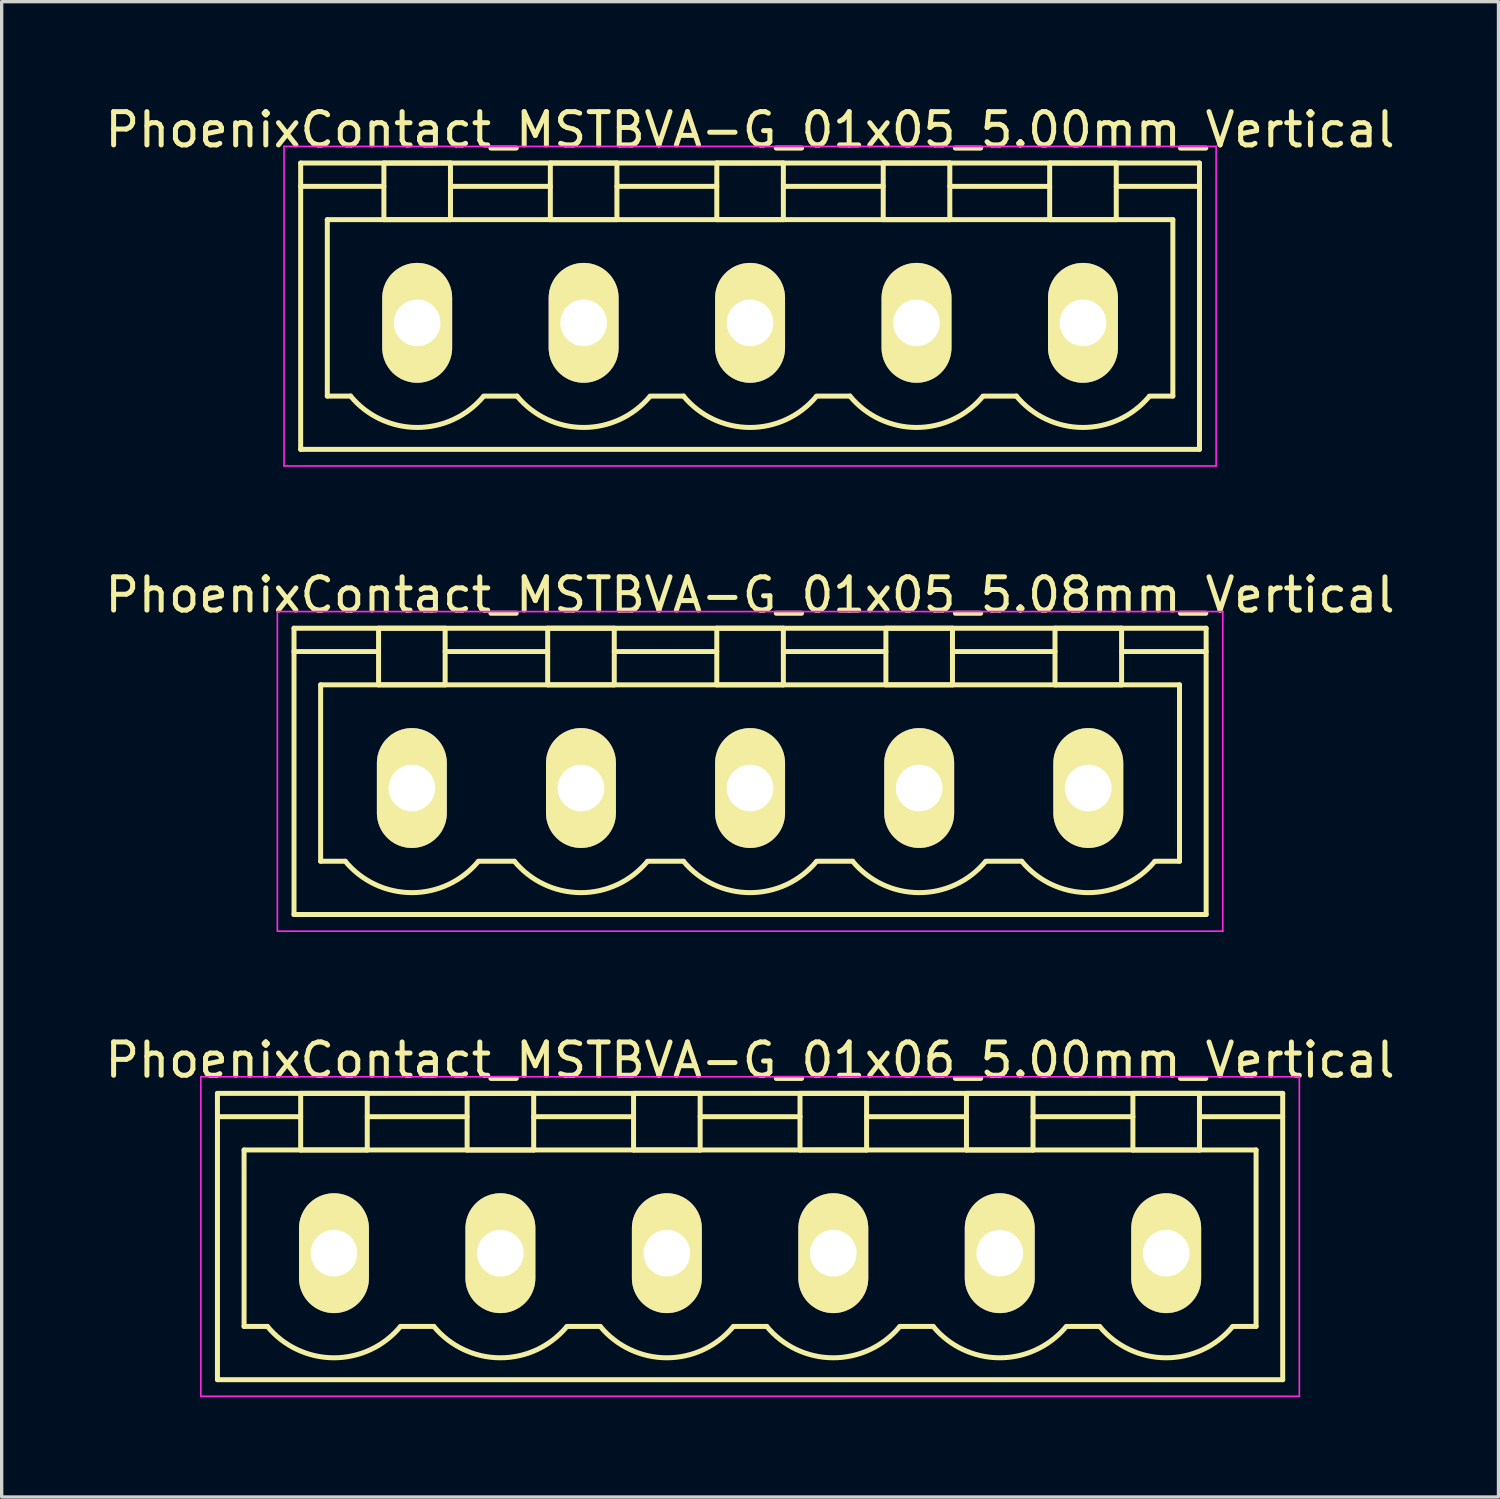
<source format=kicad_pcb>
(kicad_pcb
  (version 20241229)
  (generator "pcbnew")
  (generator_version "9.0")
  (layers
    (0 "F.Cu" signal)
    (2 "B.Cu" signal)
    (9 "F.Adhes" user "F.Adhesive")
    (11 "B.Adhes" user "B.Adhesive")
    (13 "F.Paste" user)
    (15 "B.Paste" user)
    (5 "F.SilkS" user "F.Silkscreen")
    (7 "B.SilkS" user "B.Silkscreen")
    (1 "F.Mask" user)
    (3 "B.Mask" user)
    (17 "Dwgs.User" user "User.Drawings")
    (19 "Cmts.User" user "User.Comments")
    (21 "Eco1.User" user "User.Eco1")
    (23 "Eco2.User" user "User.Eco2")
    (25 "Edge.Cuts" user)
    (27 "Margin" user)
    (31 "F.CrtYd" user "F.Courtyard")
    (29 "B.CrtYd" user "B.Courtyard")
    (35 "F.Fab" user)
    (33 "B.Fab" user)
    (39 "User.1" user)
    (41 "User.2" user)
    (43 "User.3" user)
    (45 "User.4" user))
  (footprint "PhoenixContact_MSTBVA-G_01x05_5.00mm_Vertical"
    (layer "F.Cu")
    (at 9.482 6.648)
    (property "Reference" "PhoenixContact_MSTBVA-G_01x05_5.00mm_Vertical" (at 10 -5.8 0) (layer "F.SilkS") (effects (font (size 1 1) (thickness 0.15))))
    (attr through_hole)
    (fp_line (start -3.5 -4.8) (end -3.5 3.8) (stroke (width 0.15) (type solid)) (layer "F.SilkS"))
    (fp_line (start -3.5 -4.1) (end -1 -4.1) (stroke (width 0.15) (type solid)) (layer "F.SilkS"))
    (fp_line (start -3.5 3.8) (end 23.5 3.8) (stroke (width 0.15) (type solid)) (layer "F.SilkS"))
    (fp_line (start -2.7 -3.1) (end 22.7 -3.1) (stroke (width 0.15) (type solid)) (layer "F.SilkS"))
    (fp_line (start -2.7 2.2) (end -2.7 -3.1) (stroke (width 0.15) (type solid)) (layer "F.SilkS"))
    (fp_line (start -2 2.2) (end -2.7 2.2) (stroke (width 0.15) (type solid)) (layer "F.SilkS"))
    (fp_line (start -1 -4.8) (end 1 -4.8) (stroke (width 0.15) (type solid)) (layer "F.SilkS"))
    (fp_line (start -1 -3.1) (end -1 -4.8) (stroke (width 0.15) (type solid)) (layer "F.SilkS"))
    (fp_line (start 1 -4.8) (end 1 -3.1) (stroke (width 0.15) (type solid)) (layer "F.SilkS"))
    (fp_line (start 1 -4.1) (end 4 -4.1) (stroke (width 0.15) (type solid)) (layer "F.SilkS"))
    (fp_line (start 1 -3.1) (end -1 -3.1) (stroke (width 0.15) (type solid)) (layer "F.SilkS"))
    (fp_line (start 2 2.2) (end 3 2.2) (stroke (width 0.15) (type solid)) (layer "F.SilkS"))
    (fp_line (start 4 -4.8) (end 6 -4.8) (stroke (width 0.15) (type solid)) (layer "F.SilkS"))
    (fp_line (start 4 -3.1) (end 4 -4.8) (stroke (width 0.15) (type solid)) (layer "F.SilkS"))
    (fp_line (start 6 -4.8) (end 6 -3.1) (stroke (width 0.15) (type solid)) (layer "F.SilkS"))
    (fp_line (start 6 -4.1) (end 9 -4.1) (stroke (width 0.15) (type solid)) (layer "F.SilkS"))
    (fp_line (start 6 -3.1) (end 4 -3.1) (stroke (width 0.15) (type solid)) (layer "F.SilkS"))
    (fp_line (start 7 2.2) (end 8 2.2) (stroke (width 0.15) (type solid)) (layer "F.SilkS"))
    (fp_line (start 9 -4.8) (end 11 -4.8) (stroke (width 0.15) (type solid)) (layer "F.SilkS"))
    (fp_line (start 9 -3.1) (end 9 -4.8) (stroke (width 0.15) (type solid)) (layer "F.SilkS"))
    (fp_line (start 11 -4.8) (end 11 -3.1) (stroke (width 0.15) (type solid)) (layer "F.SilkS"))
    (fp_line (start 11 -4.1) (end 14 -4.1) (stroke (width 0.15) (type solid)) (layer "F.SilkS"))
    (fp_line (start 11 -3.1) (end 9 -3.1) (stroke (width 0.15) (type solid)) (layer "F.SilkS"))
    (fp_line (start 12 2.2) (end 13 2.2) (stroke (width 0.15) (type solid)) (layer "F.SilkS"))
    (fp_line (start 14 -4.8) (end 16 -4.8) (stroke (width 0.15) (type solid)) (layer "F.SilkS"))
    (fp_line (start 14 -3.1) (end 14 -4.8) (stroke (width 0.15) (type solid)) (layer "F.SilkS"))
    (fp_line (start 16 -4.8) (end 16 -3.1) (stroke (width 0.15) (type solid)) (layer "F.SilkS"))
    (fp_line (start 16 -4.1) (end 19 -4.1) (stroke (width 0.15) (type solid)) (layer "F.SilkS"))
    (fp_line (start 16 -3.1) (end 14 -3.1) (stroke (width 0.15) (type solid)) (layer "F.SilkS"))
    (fp_line (start 17 2.2) (end 18 2.2) (stroke (width 0.15) (type solid)) (layer "F.SilkS"))
    (fp_line (start 19 -4.8) (end 21 -4.8) (stroke (width 0.15) (type solid)) (layer "F.SilkS"))
    (fp_line (start 19 -3.1) (end 19 -4.8) (stroke (width 0.15) (type solid)) (layer "F.SilkS"))
    (fp_line (start 21 -4.8) (end 21 -3.1) (stroke (width 0.15) (type solid)) (layer "F.SilkS"))
    (fp_line (start 21 -3.1) (end 19 -3.1) (stroke (width 0.15) (type solid)) (layer "F.SilkS"))
    (fp_line (start 22.7 -3.1) (end 22.7 2.2) (stroke (width 0.15) (type solid)) (layer "F.SilkS"))
    (fp_line (start 22.7 2.2) (end 22 2.2) (stroke (width 0.15) (type solid)) (layer "F.SilkS"))
    (fp_line (start 23.5 -4.8) (end -3.5 -4.8) (stroke (width 0.15) (type solid)) (layer "F.SilkS"))
    (fp_line (start 23.5 -4.1) (end 21 -4.1) (stroke (width 0.15) (type solid)) (layer "F.SilkS"))
    (fp_line (start 23.5 3.8) (end 23.5 -4.8) (stroke (width 0.15) (type solid)) (layer "F.SilkS"))
    (fp_arc (start 1.986842 2.215821) (mid -0.010289 3.142758) (end -2 2.2) (stroke (width 0.15) (type solid)) (layer "F.SilkS"))
    (fp_arc (start 6.986842 2.215821) (mid 4.989711 3.142758) (end 3 2.2) (stroke (width 0.15) (type solid)) (layer "F.SilkS"))
    (fp_arc (start 11.986842 2.215821) (mid 9.989711 3.142758) (end 8 2.2) (stroke (width 0.15) (type solid)) (layer "F.SilkS"))
    (fp_arc (start 16.986842 2.215821) (mid 14.989711 3.142758) (end 13 2.2) (stroke (width 0.15) (type solid)) (layer "F.SilkS"))
    (fp_arc (start 21.986842 2.215821) (mid 19.989711 3.142758) (end 18 2.2) (stroke (width 0.15) (type solid)) (layer "F.SilkS"))
    (fp_line (start -4 -5.3) (end -4 4.3) (stroke (width 0.05) (type solid)) (layer "F.CrtYd"))
    (fp_line (start -4 4.3) (end 24 4.3) (stroke (width 0.05) (type solid)) (layer "F.CrtYd"))
    (fp_line (start 24 -5.3) (end -4 -5.3) (stroke (width 0.05) (type solid)) (layer "F.CrtYd"))
    (fp_line (start 24 4.3) (end 24 -5.3) (stroke (width 0.05) (type solid)) (layer "F.CrtYd"))
    (pad "1" thru_hole oval (at 0 0) (size 2.1 3.6) (drill 1.4) (layers "*.Cu" "*.Mask" "F.SilkS"))
    (pad "2" thru_hole oval (at 5 0) (size 2.1 3.6) (drill 1.4) (layers "*.Cu" "*.Mask" "F.SilkS"))
    (pad "3" thru_hole oval (at 10 0) (size 2.1 3.6) (drill 1.4) (layers "*.Cu" "*.Mask" "F.SilkS"))
    (pad "4" thru_hole oval (at 15 0) (size 2.1 3.6) (drill 1.4) (layers "*.Cu" "*.Mask" "F.SilkS"))
    (pad "5" thru_hole oval (at 20 0) (size 2.1 3.6) (drill 1.4) (layers "*.Cu" "*.Mask" "F.SilkS")))
  (footprint "PhoenixContact_MSTBVA-G_01x05_5.08mm_Vertical"
    (layer "F.Cu")
    (at 9.322 20.622)
    (property "Reference" "PhoenixContact_MSTBVA-G_01x05_5.08mm_Vertical" (at 10.16 -5.8 0) (layer "F.SilkS") (effects (font (size 1 1) (thickness 0.15))))
    (attr through_hole)
    (fp_line (start -3.54 -4.8) (end -3.54 3.8) (stroke (width 0.15) (type solid)) (layer "F.SilkS"))
    (fp_line (start -3.54 -4.1) (end -1 -4.1) (stroke (width 0.15) (type solid)) (layer "F.SilkS"))
    (fp_line (start -3.54 3.8) (end 23.86 3.8) (stroke (width 0.15) (type solid)) (layer "F.SilkS"))
    (fp_line (start -2.74 -3.1) (end 23.06 -3.1) (stroke (width 0.15) (type solid)) (layer "F.SilkS"))
    (fp_line (start -2.74 2.2) (end -2.74 -3.1) (stroke (width 0.15) (type solid)) (layer "F.SilkS"))
    (fp_line (start -2 2.2) (end -2.74 2.2) (stroke (width 0.15) (type solid)) (layer "F.SilkS"))
    (fp_line (start -1 -4.8) (end 1 -4.8) (stroke (width 0.15) (type solid)) (layer "F.SilkS"))
    (fp_line (start -1 -3.1) (end -1 -4.8) (stroke (width 0.15) (type solid)) (layer "F.SilkS"))
    (fp_line (start 1 -4.8) (end 1 -3.1) (stroke (width 0.15) (type solid)) (layer "F.SilkS"))
    (fp_line (start 1 -4.1) (end 4.08 -4.1) (stroke (width 0.15) (type solid)) (layer "F.SilkS"))
    (fp_line (start 1 -3.1) (end -1 -3.1) (stroke (width 0.15) (type solid)) (layer "F.SilkS"))
    (fp_line (start 2 2.2) (end 3.08 2.2) (stroke (width 0.15) (type solid)) (layer "F.SilkS"))
    (fp_line (start 4.08 -4.8) (end 6.08 -4.8) (stroke (width 0.15) (type solid)) (layer "F.SilkS"))
    (fp_line (start 4.08 -3.1) (end 4.08 -4.8) (stroke (width 0.15) (type solid)) (layer "F.SilkS"))
    (fp_line (start 6.08 -4.8) (end 6.08 -3.1) (stroke (width 0.15) (type solid)) (layer "F.SilkS"))
    (fp_line (start 6.08 -4.1) (end 9.16 -4.1) (stroke (width 0.15) (type solid)) (layer "F.SilkS"))
    (fp_line (start 6.08 -3.1) (end 4.08 -3.1) (stroke (width 0.15) (type solid)) (layer "F.SilkS"))
    (fp_line (start 7.08 2.2) (end 8.16 2.2) (stroke (width 0.15) (type solid)) (layer "F.SilkS"))
    (fp_line (start 9.16 -4.8) (end 11.16 -4.8) (stroke (width 0.15) (type solid)) (layer "F.SilkS"))
    (fp_line (start 9.16 -3.1) (end 9.16 -4.8) (stroke (width 0.15) (type solid)) (layer "F.SilkS"))
    (fp_line (start 11.16 -4.8) (end 11.16 -3.1) (stroke (width 0.15) (type solid)) (layer "F.SilkS"))
    (fp_line (start 11.16 -4.1) (end 14.24 -4.1) (stroke (width 0.15) (type solid)) (layer "F.SilkS"))
    (fp_line (start 11.16 -3.1) (end 9.16 -3.1) (stroke (width 0.15) (type solid)) (layer "F.SilkS"))
    (fp_line (start 12.16 2.2) (end 13.24 2.2) (stroke (width 0.15) (type solid)) (layer "F.SilkS"))
    (fp_line (start 14.24 -4.8) (end 16.24 -4.8) (stroke (width 0.15) (type solid)) (layer "F.SilkS"))
    (fp_line (start 14.24 -3.1) (end 14.24 -4.8) (stroke (width 0.15) (type solid)) (layer "F.SilkS"))
    (fp_line (start 16.24 -4.8) (end 16.24 -3.1) (stroke (width 0.15) (type solid)) (layer "F.SilkS"))
    (fp_line (start 16.24 -4.1) (end 19.32 -4.1) (stroke (width 0.15) (type solid)) (layer "F.SilkS"))
    (fp_line (start 16.24 -3.1) (end 14.24 -3.1) (stroke (width 0.15) (type solid)) (layer "F.SilkS"))
    (fp_line (start 17.24 2.2) (end 18.32 2.2) (stroke (width 0.15) (type solid)) (layer "F.SilkS"))
    (fp_line (start 19.32 -4.8) (end 21.32 -4.8) (stroke (width 0.15) (type solid)) (layer "F.SilkS"))
    (fp_line (start 19.32 -3.1) (end 19.32 -4.8) (stroke (width 0.15) (type solid)) (layer "F.SilkS"))
    (fp_line (start 21.32 -4.8) (end 21.32 -3.1) (stroke (width 0.15) (type solid)) (layer "F.SilkS"))
    (fp_line (start 21.32 -3.1) (end 19.32 -3.1) (stroke (width 0.15) (type solid)) (layer "F.SilkS"))
    (fp_line (start 23.06 -3.1) (end 23.06 2.2) (stroke (width 0.15) (type solid)) (layer "F.SilkS"))
    (fp_line (start 23.06 2.2) (end 22.32 2.2) (stroke (width 0.15) (type solid)) (layer "F.SilkS"))
    (fp_line (start 23.86 -4.8) (end -3.54 -4.8) (stroke (width 0.15) (type solid)) (layer "F.SilkS"))
    (fp_line (start 23.86 -4.1) (end 21.32 -4.1) (stroke (width 0.15) (type solid)) (layer "F.SilkS"))
    (fp_line (start 23.86 3.8) (end 23.86 -4.8) (stroke (width 0.15) (type solid)) (layer "F.SilkS"))
    (fp_arc (start 1.986842 2.215821) (mid -0.010289 3.142758) (end -2 2.2) (stroke (width 0.15) (type solid)) (layer "F.SilkS"))
    (fp_arc (start 7.066842 2.215821) (mid 5.069711 3.142758) (end 3.08 2.2) (stroke (width 0.15) (type solid)) (layer "F.SilkS"))
    (fp_arc (start 12.146842 2.215821) (mid 10.149711 3.142758) (end 8.16 2.2) (stroke (width 0.15) (type solid)) (layer "F.SilkS"))
    (fp_arc (start 17.226842 2.215821) (mid 15.229711 3.142758) (end 13.24 2.2) (stroke (width 0.15) (type solid)) (layer "F.SilkS"))
    (fp_arc (start 22.306842 2.215821) (mid 20.309711 3.142758) (end 18.32 2.2) (stroke (width 0.15) (type solid)) (layer "F.SilkS"))
    (fp_line (start -4.04 -5.3) (end -4.04 4.3) (stroke (width 0.05) (type solid)) (layer "F.CrtYd"))
    (fp_line (start -4.04 4.3) (end 24.36 4.3) (stroke (width 0.05) (type solid)) (layer "F.CrtYd"))
    (fp_line (start 24.36 -5.3) (end -4.04 -5.3) (stroke (width 0.05) (type solid)) (layer "F.CrtYd"))
    (fp_line (start 24.36 4.3) (end 24.36 -5.3) (stroke (width 0.05) (type solid)) (layer "F.CrtYd"))
    (pad "1" thru_hole oval (at 0 0) (size 2.1 3.6) (drill 1.4) (layers "*.Cu" "*.Mask" "F.SilkS"))
    (pad "2" thru_hole oval (at 5.08 0) (size 2.1 3.6) (drill 1.4) (layers "*.Cu" "*.Mask" "F.SilkS"))
    (pad "3" thru_hole oval (at 10.16 0) (size 2.1 3.6) (drill 1.4) (layers "*.Cu" "*.Mask" "F.SilkS"))
    (pad "4" thru_hole oval (at 15.24 0) (size 2.1 3.6) (drill 1.4) (layers "*.Cu" "*.Mask" "F.SilkS"))
    (pad "5" thru_hole oval (at 20.32 0) (size 2.1 3.6) (drill 1.4) (layers "*.Cu" "*.Mask" "F.SilkS")))
  (footprint "PhoenixContact_MSTBVA-G_01x06_5.00mm_Vertical"
    (layer "F.Cu")
    (at 6.982 34.595)
    (property "Reference" "PhoenixContact_MSTBVA-G_01x06_5.00mm_Vertical" (at 12.5 -5.8 0) (layer "F.SilkS") (effects (font (size 1 1) (thickness 0.15))))
    (attr through_hole)
    (fp_line (start -3.5 -4.8) (end -3.5 3.8) (stroke (width 0.15) (type solid)) (layer "F.SilkS"))
    (fp_line (start -3.5 -4.1) (end -1 -4.1) (stroke (width 0.15) (type solid)) (layer "F.SilkS"))
    (fp_line (start -3.5 3.8) (end 28.5 3.8) (stroke (width 0.15) (type solid)) (layer "F.SilkS"))
    (fp_line (start -2.7 -3.1) (end 27.7 -3.1) (stroke (width 0.15) (type solid)) (layer "F.SilkS"))
    (fp_line (start -2.7 2.2) (end -2.7 -3.1) (stroke (width 0.15) (type solid)) (layer "F.SilkS"))
    (fp_line (start -2 2.2) (end -2.7 2.2) (stroke (width 0.15) (type solid)) (layer "F.SilkS"))
    (fp_line (start -1 -4.8) (end 1 -4.8) (stroke (width 0.15) (type solid)) (layer "F.SilkS"))
    (fp_line (start -1 -3.1) (end -1 -4.8) (stroke (width 0.15) (type solid)) (layer "F.SilkS"))
    (fp_line (start 1 -4.8) (end 1 -3.1) (stroke (width 0.15) (type solid)) (layer "F.SilkS"))
    (fp_line (start 1 -4.1) (end 4 -4.1) (stroke (width 0.15) (type solid)) (layer "F.SilkS"))
    (fp_line (start 1 -3.1) (end -1 -3.1) (stroke (width 0.15) (type solid)) (layer "F.SilkS"))
    (fp_line (start 2 2.2) (end 3 2.2) (stroke (width 0.15) (type solid)) (layer "F.SilkS"))
    (fp_line (start 4 -4.8) (end 6 -4.8) (stroke (width 0.15) (type solid)) (layer "F.SilkS"))
    (fp_line (start 4 -3.1) (end 4 -4.8) (stroke (width 0.15) (type solid)) (layer "F.SilkS"))
    (fp_line (start 6 -4.8) (end 6 -3.1) (stroke (width 0.15) (type solid)) (layer "F.SilkS"))
    (fp_line (start 6 -4.1) (end 9 -4.1) (stroke (width 0.15) (type solid)) (layer "F.SilkS"))
    (fp_line (start 6 -3.1) (end 4 -3.1) (stroke (width 0.15) (type solid)) (layer "F.SilkS"))
    (fp_line (start 7 2.2) (end 8 2.2) (stroke (width 0.15) (type solid)) (layer "F.SilkS"))
    (fp_line (start 9 -4.8) (end 11 -4.8) (stroke (width 0.15) (type solid)) (layer "F.SilkS"))
    (fp_line (start 9 -3.1) (end 9 -4.8) (stroke (width 0.15) (type solid)) (layer "F.SilkS"))
    (fp_line (start 11 -4.8) (end 11 -3.1) (stroke (width 0.15) (type solid)) (layer "F.SilkS"))
    (fp_line (start 11 -4.1) (end 14 -4.1) (stroke (width 0.15) (type solid)) (layer "F.SilkS"))
    (fp_line (start 11 -3.1) (end 9 -3.1) (stroke (width 0.15) (type solid)) (layer "F.SilkS"))
    (fp_line (start 12 2.2) (end 13 2.2) (stroke (width 0.15) (type solid)) (layer "F.SilkS"))
    (fp_line (start 14 -4.8) (end 16 -4.8) (stroke (width 0.15) (type solid)) (layer "F.SilkS"))
    (fp_line (start 14 -3.1) (end 14 -4.8) (stroke (width 0.15) (type solid)) (layer "F.SilkS"))
    (fp_line (start 16 -4.8) (end 16 -3.1) (stroke (width 0.15) (type solid)) (layer "F.SilkS"))
    (fp_line (start 16 -4.1) (end 19 -4.1) (stroke (width 0.15) (type solid)) (layer "F.SilkS"))
    (fp_line (start 16 -3.1) (end 14 -3.1) (stroke (width 0.15) (type solid)) (layer "F.SilkS"))
    (fp_line (start 17 2.2) (end 18 2.2) (stroke (width 0.15) (type solid)) (layer "F.SilkS"))
    (fp_line (start 19 -4.8) (end 21 -4.8) (stroke (width 0.15) (type solid)) (layer "F.SilkS"))
    (fp_line (start 19 -3.1) (end 19 -4.8) (stroke (width 0.15) (type solid)) (layer "F.SilkS"))
    (fp_line (start 21 -4.8) (end 21 -3.1) (stroke (width 0.15) (type solid)) (layer "F.SilkS"))
    (fp_line (start 21 -4.1) (end 24 -4.1) (stroke (width 0.15) (type solid)) (layer "F.SilkS"))
    (fp_line (start 21 -3.1) (end 19 -3.1) (stroke (width 0.15) (type solid)) (layer "F.SilkS"))
    (fp_line (start 22 2.2) (end 23 2.2) (stroke (width 0.15) (type solid)) (layer "F.SilkS"))
    (fp_line (start 24 -4.8) (end 26 -4.8) (stroke (width 0.15) (type solid)) (layer "F.SilkS"))
    (fp_line (start 24 -3.1) (end 24 -4.8) (stroke (width 0.15) (type solid)) (layer "F.SilkS"))
    (fp_line (start 26 -4.8) (end 26 -3.1) (stroke (width 0.15) (type solid)) (layer "F.SilkS"))
    (fp_line (start 26 -3.1) (end 24 -3.1) (stroke (width 0.15) (type solid)) (layer "F.SilkS"))
    (fp_line (start 27.7 -3.1) (end 27.7 2.2) (stroke (width 0.15) (type solid)) (layer "F.SilkS"))
    (fp_line (start 27.7 2.2) (end 27 2.2) (stroke (width 0.15) (type solid)) (layer "F.SilkS"))
    (fp_line (start 28.5 -4.8) (end -3.5 -4.8) (stroke (width 0.15) (type solid)) (layer "F.SilkS"))
    (fp_line (start 28.5 -4.1) (end 26 -4.1) (stroke (width 0.15) (type solid)) (layer "F.SilkS"))
    (fp_line (start 28.5 3.8) (end 28.5 -4.8) (stroke (width 0.15) (type solid)) (layer "F.SilkS"))
    (fp_arc (start 1.986842 2.215821) (mid -0.010289 3.142758) (end -2 2.2) (stroke (width 0.15) (type solid)) (layer "F.SilkS"))
    (fp_arc (start 6.986842 2.215821) (mid 4.989711 3.142758) (end 3 2.2) (stroke (width 0.15) (type solid)) (layer "F.SilkS"))
    (fp_arc (start 11.986842 2.215821) (mid 9.989711 3.142758) (end 8 2.2) (stroke (width 0.15) (type solid)) (layer "F.SilkS"))
    (fp_arc (start 16.986842 2.215821) (mid 14.989711 3.142758) (end 13 2.2) (stroke (width 0.15) (type solid)) (layer "F.SilkS"))
    (fp_arc (start 21.986842 2.215821) (mid 19.989711 3.142758) (end 18 2.2) (stroke (width 0.15) (type solid)) (layer "F.SilkS"))
    (fp_arc (start 26.986842 2.215821) (mid 24.989711 3.142758) (end 23 2.2) (stroke (width 0.15) (type solid)) (layer "F.SilkS"))
    (fp_line (start -4 -5.3) (end -4 4.3) (stroke (width 0.05) (type solid)) (layer "F.CrtYd"))
    (fp_line (start -4 4.3) (end 29 4.3) (stroke (width 0.05) (type solid)) (layer "F.CrtYd"))
    (fp_line (start 29 -5.3) (end -4 -5.3) (stroke (width 0.05) (type solid)) (layer "F.CrtYd"))
    (fp_line (start 29 4.3) (end 29 -5.3) (stroke (width 0.05) (type solid)) (layer "F.CrtYd"))
    (pad "1" thru_hole oval (at 0 0) (size 2.1 3.6) (drill 1.4) (layers "*.Cu" "*.Mask" "F.SilkS"))
    (pad "2" thru_hole oval (at 5 0) (size 2.1 3.6) (drill 1.4) (layers "*.Cu" "*.Mask" "F.SilkS"))
    (pad "3" thru_hole oval (at 10 0) (size 2.1 3.6) (drill 1.4) (layers "*.Cu" "*.Mask" "F.SilkS"))
    (pad "4" thru_hole oval (at 15 0) (size 2.1 3.6) (drill 1.4) (layers "*.Cu" "*.Mask" "F.SilkS"))
    (pad "5" thru_hole oval (at 20 0) (size 2.1 3.6) (drill 1.4) (layers "*.Cu" "*.Mask" "F.SilkS"))
    (pad "6" thru_hole oval (at 25 0) (size 2.1 3.6) (drill 1.4) (layers "*.Cu" "*.Mask" "F.SilkS")))
  (gr_rect
    (start -3 -3)
    (end 41.964 41.92)
    (stroke (width 0.1) (type default))
    (fill no)
    (layer "Edge.Cuts")))
</source>
